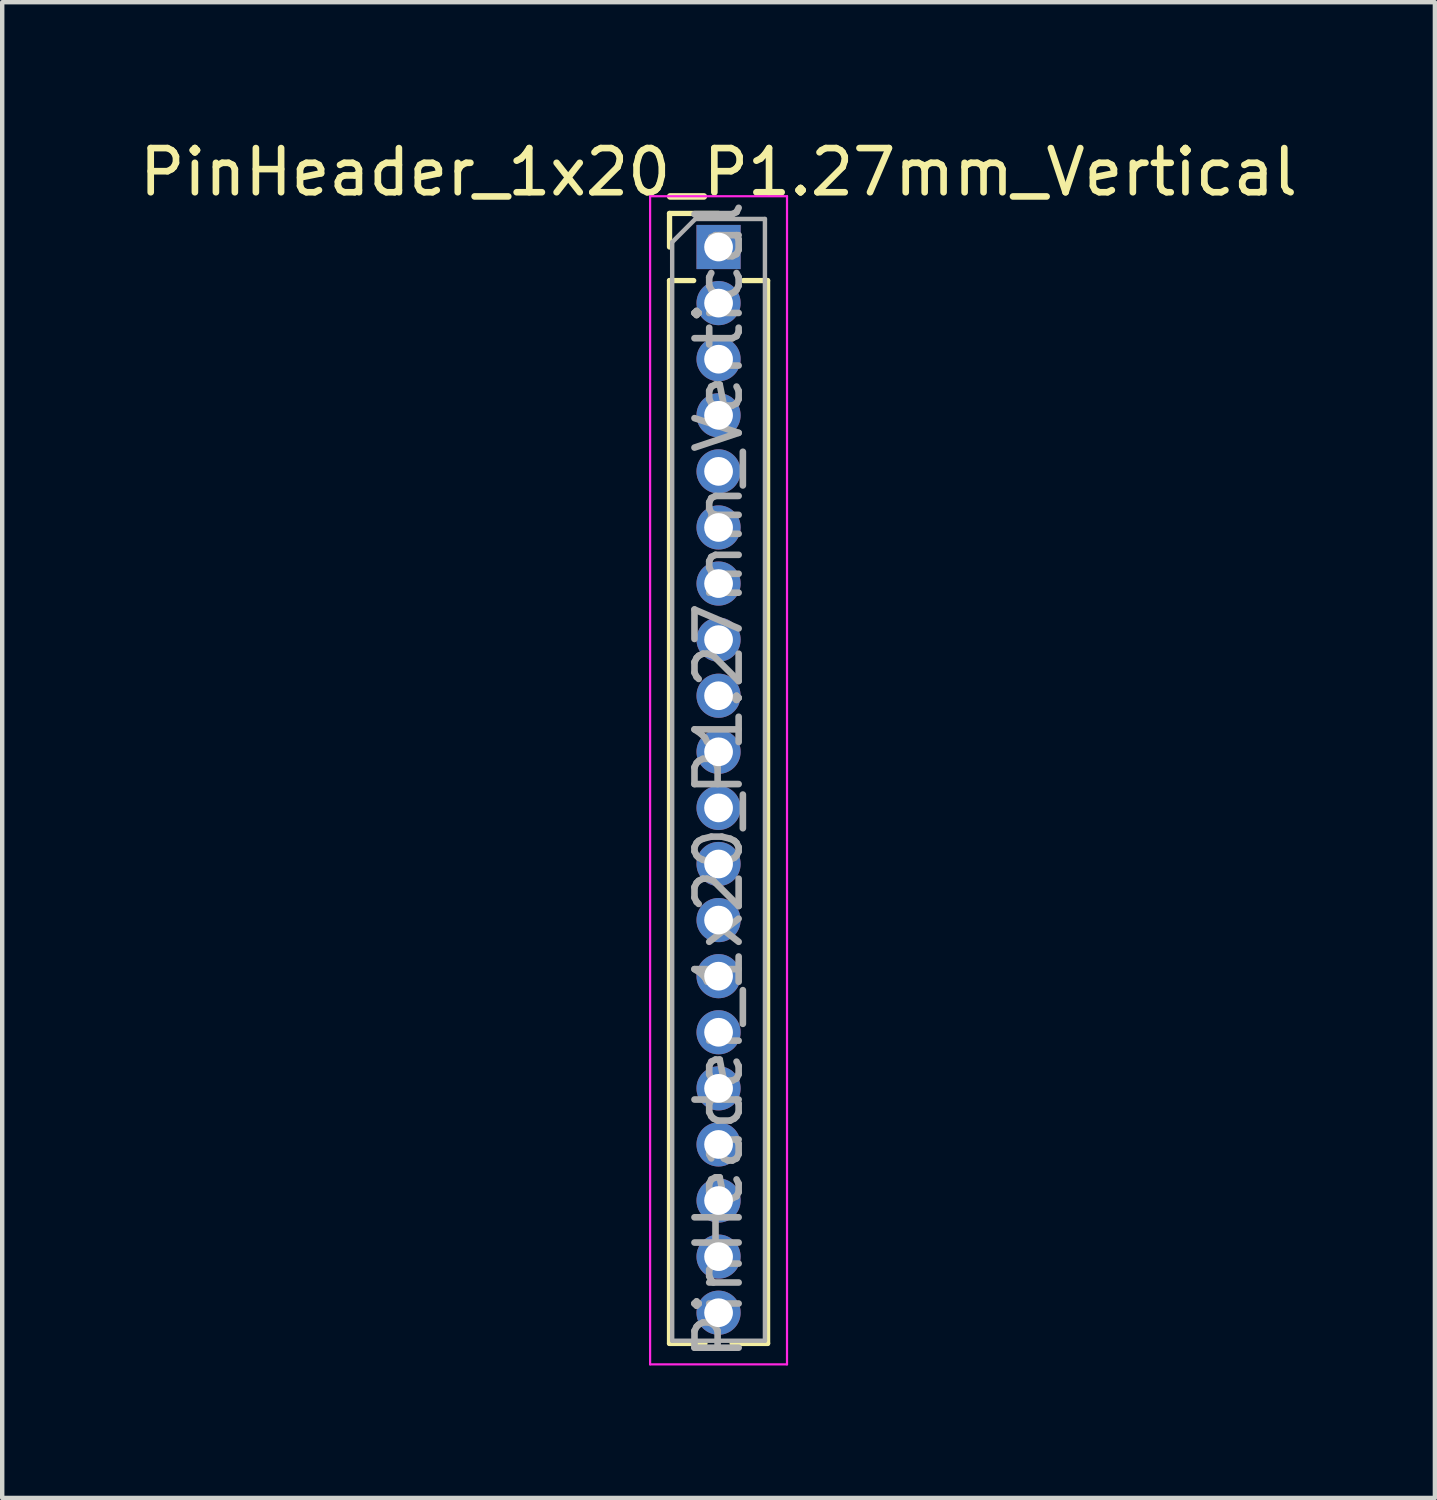
<source format=kicad_pcb>
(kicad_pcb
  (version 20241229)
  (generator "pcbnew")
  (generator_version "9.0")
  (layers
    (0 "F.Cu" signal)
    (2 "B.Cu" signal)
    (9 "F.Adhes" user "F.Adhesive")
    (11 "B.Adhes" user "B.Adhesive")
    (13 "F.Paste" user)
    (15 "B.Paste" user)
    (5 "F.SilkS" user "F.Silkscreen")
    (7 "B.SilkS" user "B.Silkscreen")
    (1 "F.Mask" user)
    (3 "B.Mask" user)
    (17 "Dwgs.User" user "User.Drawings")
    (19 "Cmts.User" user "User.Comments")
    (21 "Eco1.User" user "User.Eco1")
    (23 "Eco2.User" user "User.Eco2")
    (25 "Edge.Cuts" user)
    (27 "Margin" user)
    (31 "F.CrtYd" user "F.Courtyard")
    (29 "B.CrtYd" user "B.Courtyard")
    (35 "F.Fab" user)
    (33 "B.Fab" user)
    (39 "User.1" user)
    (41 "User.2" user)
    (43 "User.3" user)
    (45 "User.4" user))
  (footprint "PinHeader_1x20_P1.27mm_Vertical"
    (layer "F.Cu")
    (at 13.22 2.543)
    (property "Reference" "PinHeader_1x20_P1.27mm_Vertical" (at 0 -1.695 0) (layer "F.SilkS") (effects (font (size 1 1) (thickness 0.15))))
    (attr through_hole)
    (fp_line (start -1.11 -0.76) (end 0 -0.76) (stroke (width 0.12) (type solid)) (layer "F.SilkS"))
    (fp_line (start -1.11 0) (end -1.11 -0.76) (stroke (width 0.12) (type solid)) (layer "F.SilkS"))
    (fp_line (start -1.11 0.76) (end -1.11 24.825) (stroke (width 0.12) (type solid)) (layer "F.SilkS"))
    (fp_line (start -1.11 0.76) (end -0.563 0.76) (stroke (width 0.12) (type solid)) (layer "F.SilkS"))
    (fp_line (start -1.11 24.825) (end -0.308 24.825) (stroke (width 0.12) (type solid)) (layer "F.SilkS"))
    (fp_line (start 0.308 24.825) (end 1.11 24.825) (stroke (width 0.12) (type solid)) (layer "F.SilkS"))
    (fp_line (start 0.563 0.76) (end 1.11 0.76) (stroke (width 0.12) (type solid)) (layer "F.SilkS"))
    (fp_line (start 1.11 0.76) (end 1.11 24.825) (stroke (width 0.12) (type solid)) (layer "F.SilkS"))
    (fp_line (start -1.55 -1.15) (end -1.55 25.3) (stroke (width 0.05) (type solid)) (layer "F.CrtYd"))
    (fp_line (start -1.55 25.3) (end 1.55 25.3) (stroke (width 0.05) (type solid)) (layer "F.CrtYd"))
    (fp_line (start 1.55 -1.15) (end -1.55 -1.15) (stroke (width 0.05) (type solid)) (layer "F.CrtYd"))
    (fp_line (start 1.55 25.3) (end 1.55 -1.15) (stroke (width 0.05) (type solid)) (layer "F.CrtYd"))
    (fp_line (start -1.05 -0.11) (end -0.525 -0.635) (stroke (width 0.1) (type solid)) (layer "F.Fab"))
    (fp_line (start -1.05 24.765) (end -1.05 -0.11) (stroke (width 0.1) (type solid)) (layer "F.Fab"))
    (fp_line (start -0.525 -0.635) (end 1.05 -0.635) (stroke (width 0.1) (type solid)) (layer "F.Fab"))
    (fp_line (start 1.05 -0.635) (end 1.05 24.765) (stroke (width 0.1) (type solid)) (layer "F.Fab"))
    (fp_line (start 1.05 24.765) (end -1.05 24.765) (stroke (width 0.1) (type solid)) (layer "F.Fab"))
    (fp_text user "${REFERENCE}" (at 0 12.065 90) (layer "F.Fab") (effects (font (size 1 1) (thickness 0.15))))
    (pad "1" thru_hole rect (at 0 0) (size 1 1) (drill 0.65) (layers "*.Cu" "*.Mask"))
    (pad "2" thru_hole oval (at 0 1.27) (size 1 1) (drill 0.65) (layers "*.Cu" "*.Mask"))
    (pad "3" thru_hole oval (at 0 2.54) (size 1 1) (drill 0.65) (layers "*.Cu" "*.Mask"))
    (pad "4" thru_hole oval (at 0 3.81) (size 1 1) (drill 0.65) (layers "*.Cu" "*.Mask"))
    (pad "5" thru_hole oval (at 0 5.08) (size 1 1) (drill 0.65) (layers "*.Cu" "*.Mask"))
    (pad "6" thru_hole oval (at 0 6.35) (size 1 1) (drill 0.65) (layers "*.Cu" "*.Mask"))
    (pad "7" thru_hole oval (at 0 7.62) (size 1 1) (drill 0.65) (layers "*.Cu" "*.Mask"))
    (pad "8" thru_hole oval (at 0 8.89) (size 1 1) (drill 0.65) (layers "*.Cu" "*.Mask"))
    (pad "9" thru_hole oval (at 0 10.16) (size 1 1) (drill 0.65) (layers "*.Cu" "*.Mask"))
    (pad "10" thru_hole oval (at 0 11.43) (size 1 1) (drill 0.65) (layers "*.Cu" "*.Mask"))
    (pad "11" thru_hole oval (at 0 12.7) (size 1 1) (drill 0.65) (layers "*.Cu" "*.Mask"))
    (pad "12" thru_hole oval (at 0 13.97) (size 1 1) (drill 0.65) (layers "*.Cu" "*.Mask"))
    (pad "13" thru_hole oval (at 0 15.24) (size 1 1) (drill 0.65) (layers "*.Cu" "*.Mask"))
    (pad "14" thru_hole oval (at 0 16.51) (size 1 1) (drill 0.65) (layers "*.Cu" "*.Mask"))
    (pad "15" thru_hole oval (at 0 17.78) (size 1 1) (drill 0.65) (layers "*.Cu" "*.Mask"))
    (pad "16" thru_hole oval (at 0 19.05) (size 1 1) (drill 0.65) (layers "*.Cu" "*.Mask"))
    (pad "17" thru_hole oval (at 0 20.32) (size 1 1) (drill 0.65) (layers "*.Cu" "*.Mask"))
    (pad "18" thru_hole oval (at 0 21.59) (size 1 1) (drill 0.65) (layers "*.Cu" "*.Mask"))
    (pad "19" thru_hole oval (at 0 22.86) (size 1 1) (drill 0.65) (layers "*.Cu" "*.Mask"))
    (pad "20" thru_hole oval (at 0 24.13) (size 1 1) (drill 0.65) (layers "*.Cu" "*.Mask")))
  (gr_rect
    (start -3 -3)
    (end 29.44 30.868)
    (stroke (width 0.1) (type default))
    (fill no)
    (layer "Edge.Cuts")))
</source>
